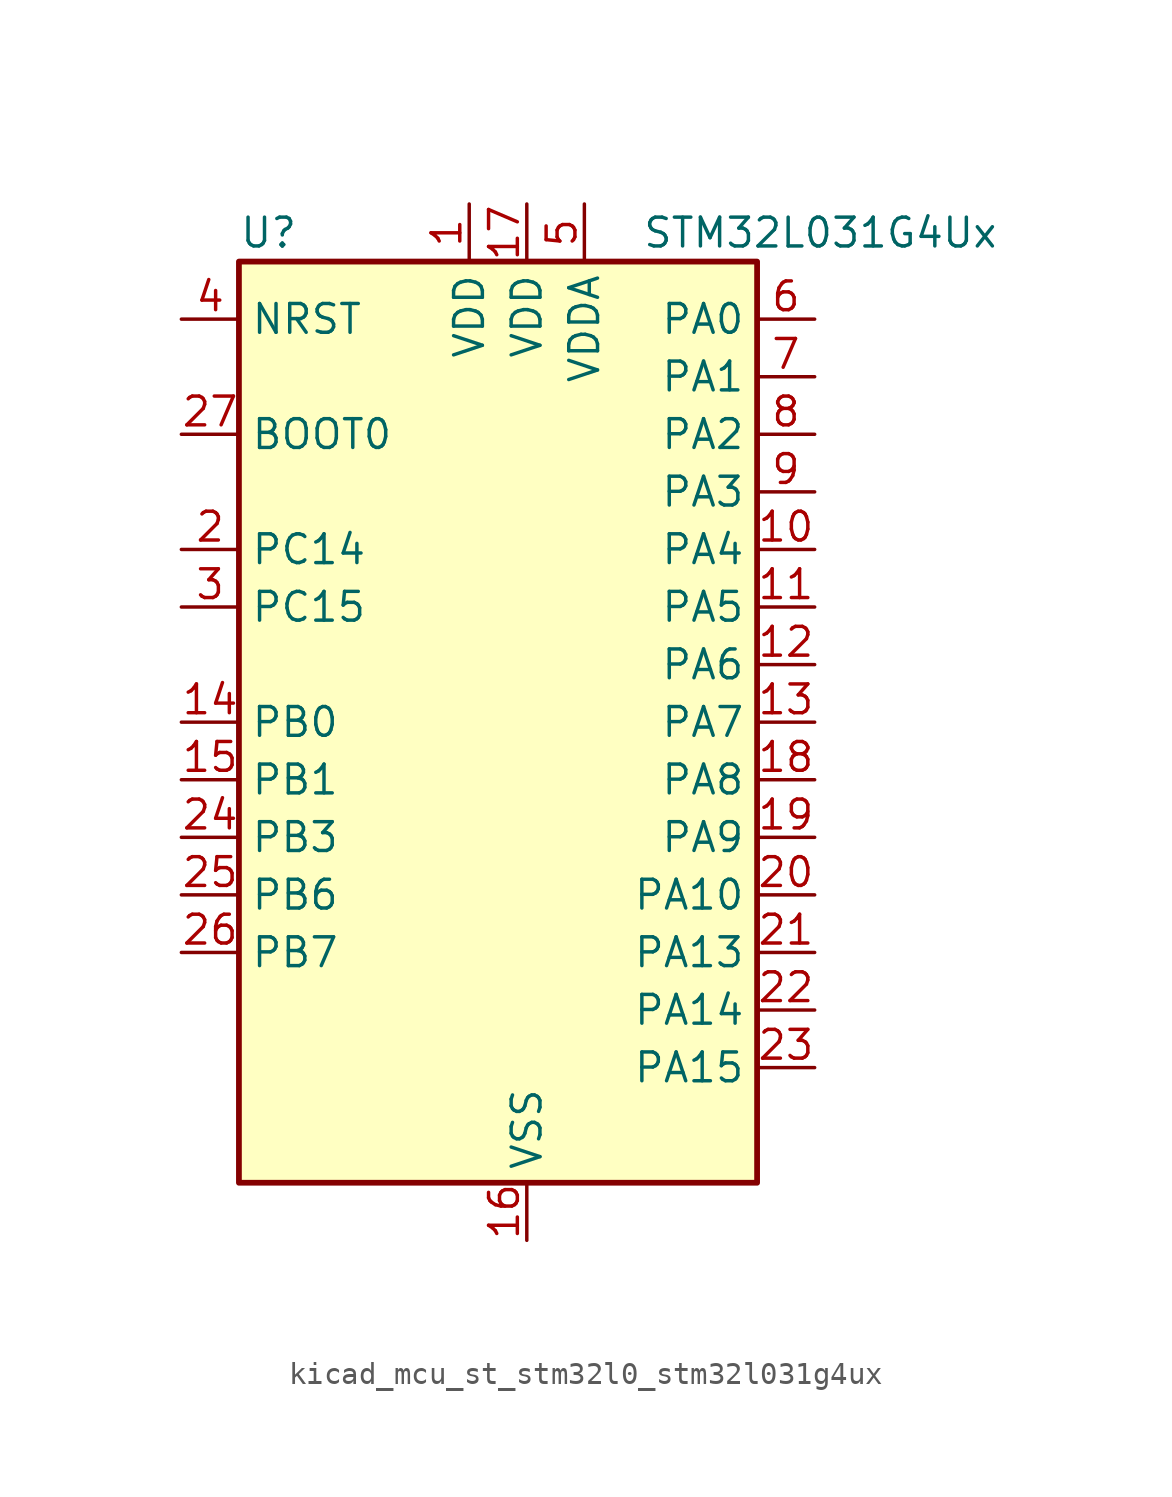
<source format=kicad_sym>
(kicad_symbol_lib
  (version 20220914)
  (generator kicad_symbol_editor)
  (symbol "kicad_mcu_st_stm32l0_stm32l031g4ux"
    (property "Reference" "U"
      (at -10.16 21.59 0)
      (effects (font (size 1.27 1.27)) (justify left)))
    (property "Value" "STM32L031G4Ux"
      (at 7.62 21.59 0)
      (effects (font (size 1.27 1.27)) (justify left)))
    (property "ki_locked" ""
      (at 0 0 0)
      (effects (font (size 1.27 1.27))))
    (symbol "kicad_mcu_st_stm32l0_stm32l031g4ux_0_1"
      (rectangle (start -10.16 -20.32) (end 12.7 20.32) (stroke (width 0.254) (type default)) (fill (type background))))
    (symbol "kicad_mcu_st_stm32l0_stm32l031g4ux_1_1"
      (pin power_in line (at 0 22.86 270) (length 2.54) (name "VDD" (effects (font (size 1.27 1.27)))) (number "1" (effects (font (size 1.27 1.27)))))
      (pin bidirectional line (at 15.24 7.62 180) (length 2.54) (name "PA4" (effects (font (size 1.27 1.27)))) (number "10" (effects (font (size 1.27 1.27)))) (alternate "ADC_IN4" bidirectional line) (alternate "COMP1_INM" bidirectional line) (alternate "COMP2_INM" bidirectional line) (alternate "LPTIM1_IN1" bidirectional line) (alternate "SPI1_NSS" bidirectional line) (alternate "TIM22_ETR" bidirectional line) (alternate "USART2_CK" bidirectional line))
      (pin bidirectional line (at 15.24 5.08 180) (length 2.54) (name "PA5" (effects (font (size 1.27 1.27)))) (number "11" (effects (font (size 1.27 1.27)))) (alternate "ADC_IN5" bidirectional line) (alternate "COMP1_INM" bidirectional line) (alternate "COMP2_INM" bidirectional line) (alternate "LPTIM1_IN2" bidirectional line) (alternate "SPI1_SCK" bidirectional line) (alternate "TIM2_CH1" bidirectional line) (alternate "TIM2_ETR" bidirectional line))
      (pin bidirectional line (at 15.24 2.54 180) (length 2.54) (name "PA6" (effects (font (size 1.27 1.27)))) (number "12" (effects (font (size 1.27 1.27)))) (alternate "ADC_IN6" bidirectional line) (alternate "COMP1_OUT" bidirectional line) (alternate "LPTIM1_ETR" bidirectional line) (alternate "LPUART1_CTS" bidirectional line) (alternate "SPI1_MISO" bidirectional line) (alternate "TIM22_CH1" bidirectional line))
      (pin bidirectional line (at 15.24 0 180) (length 2.54) (name "PA7" (effects (font (size 1.27 1.27)))) (number "13" (effects (font (size 1.27 1.27)))) (alternate "ADC_IN7" bidirectional line) (alternate "COMP2_OUT" bidirectional line) (alternate "LPTIM1_OUT" bidirectional line) (alternate "SPI1_MOSI" bidirectional line) (alternate "TIM22_CH2" bidirectional line) (alternate "USART2_CTS" bidirectional line))
      (pin bidirectional line (at -12.7 0 0) (length 2.54) (name "PB0" (effects (font (size 1.27 1.27)))) (number "14" (effects (font (size 1.27 1.27)))) (alternate "ADC_IN8" bidirectional line) (alternate "SPI1_MISO" bidirectional line) (alternate "SYS_VREF_OUT_PB0" bidirectional line) (alternate "TIM2_CH3" bidirectional line) (alternate "USART2_DE" bidirectional line) (alternate "USART2_RTS" bidirectional line))
      (pin bidirectional line (at -12.7 -2.54 0) (length 2.54) (name "PB1" (effects (font (size 1.27 1.27)))) (number "15" (effects (font (size 1.27 1.27)))) (alternate "ADC_IN9" bidirectional line) (alternate "LPUART1_DE" bidirectional line) (alternate "LPUART1_RTS" bidirectional line) (alternate "SPI1_MOSI" bidirectional line) (alternate "SYS_VREF_OUT_PB1" bidirectional line) (alternate "TIM2_CH4" bidirectional line) (alternate "USART2_CK" bidirectional line))
      (pin power_in line (at 2.54 -22.86 90) (length 2.54) (name "VSS" (effects (font (size 1.27 1.27)))) (number "16" (effects (font (size 1.27 1.27)))))
      (pin power_in line (at 2.54 22.86 270) (length 2.54) (name "VDD" (effects (font (size 1.27 1.27)))) (number "17" (effects (font (size 1.27 1.27)))))
      (pin bidirectional line (at 15.24 -2.54 180) (length 2.54) (name "PA8" (effects (font (size 1.27 1.27)))) (number "18" (effects (font (size 1.27 1.27)))) (alternate "LPTIM1_IN1" bidirectional line) (alternate "RCC_MCO" bidirectional line) (alternate "TIM2_CH1" bidirectional line) (alternate "USART2_CK" bidirectional line))
      (pin bidirectional line (at 15.24 -5.08 180) (length 2.54) (name "PA9" (effects (font (size 1.27 1.27)))) (number "19" (effects (font (size 1.27 1.27)))) (alternate "I2C1_SCL" bidirectional line) (alternate "RCC_MCO" bidirectional line) (alternate "TIM22_CH1" bidirectional line) (alternate "USART2_TX" bidirectional line))
      (pin bidirectional line (at -12.7 7.62 0) (length 2.54) (name "PC14" (effects (font (size 1.27 1.27)))) (number "2" (effects (font (size 1.27 1.27)))) (alternate "RCC_OSC32_IN" bidirectional line))
      (pin bidirectional line (at 15.24 -7.62 180) (length 2.54) (name "PA10" (effects (font (size 1.27 1.27)))) (number "20" (effects (font (size 1.27 1.27)))) (alternate "I2C1_SDA" bidirectional line) (alternate "TIM22_CH2" bidirectional line) (alternate "USART2_RX" bidirectional line))
      (pin bidirectional line (at 15.24 -10.16 180) (length 2.54) (name "PA13" (effects (font (size 1.27 1.27)))) (number "21" (effects (font (size 1.27 1.27)))) (alternate "LPTIM1_ETR" bidirectional line) (alternate "LPUART1_RX" bidirectional line) (alternate "SYS_SWDIO" bidirectional line))
      (pin bidirectional line (at 15.24 -12.7 180) (length 2.54) (name "PA14" (effects (font (size 1.27 1.27)))) (number "22" (effects (font (size 1.27 1.27)))) (alternate "I2C1_SMBA" bidirectional line) (alternate "LPTIM1_OUT" bidirectional line) (alternate "LPUART1_TX" bidirectional line) (alternate "SYS_SWCLK" bidirectional line) (alternate "USART2_TX" bidirectional line))
      (pin bidirectional line (at 15.24 -15.24 180) (length 2.54) (name "PA15" (effects (font (size 1.27 1.27)))) (number "23" (effects (font (size 1.27 1.27)))) (alternate "SPI1_NSS" bidirectional line) (alternate "TIM2_CH1" bidirectional line) (alternate "TIM2_ETR" bidirectional line) (alternate "USART2_RX" bidirectional line))
      (pin bidirectional line (at -12.7 -5.08 0) (length 2.54) (name "PB3" (effects (font (size 1.27 1.27)))) (number "24" (effects (font (size 1.27 1.27)))) (alternate "COMP2_INM" bidirectional line) (alternate "SPI1_SCK" bidirectional line) (alternate "TIM2_CH2" bidirectional line))
      (pin bidirectional line (at -12.7 -7.62 0) (length 2.54) (name "PB6" (effects (font (size 1.27 1.27)))) (number "25" (effects (font (size 1.27 1.27)))) (alternate "COMP2_INP" bidirectional line) (alternate "I2C1_SCL" bidirectional line) (alternate "LPTIM1_ETR" bidirectional line) (alternate "TIM21_CH1" bidirectional line) (alternate "USART2_TX" bidirectional line))
      (pin bidirectional line (at -12.7 -10.16 0) (length 2.54) (name "PB7" (effects (font (size 1.27 1.27)))) (number "26" (effects (font (size 1.27 1.27)))) (alternate "COMP2_INP" bidirectional line) (alternate "I2C1_SDA" bidirectional line) (alternate "LPTIM1_IN2" bidirectional line) (alternate "SYS_PVD_IN" bidirectional line) (alternate "USART2_RX" bidirectional line))
      (pin input line (at -12.7 12.7 0) (length 2.54) (name "BOOT0" (effects (font (size 1.27 1.27)))) (number "27" (effects (font (size 1.27 1.27)))))
      (pin passive line (at 2.54 -22.86 90) (length 2.54) hide (name "VSS" (effects (font (size 1.27 1.27)))) (number "28" (effects (font (size 1.27 1.27)))))
      (pin bidirectional line (at -12.7 5.08 0) (length 2.54) (name "PC15" (effects (font (size 1.27 1.27)))) (number "3" (effects (font (size 1.27 1.27)))) (alternate "RCC_OSC32_OUT" bidirectional line))
      (pin input line (at -12.7 17.78 0) (length 2.54) (name "NRST" (effects (font (size 1.27 1.27)))) (number "4" (effects (font (size 1.27 1.27)))))
      (pin power_in line (at 5.08 22.86 270) (length 2.54) (name "VDDA" (effects (font (size 1.27 1.27)))) (number "5" (effects (font (size 1.27 1.27)))))
      (pin bidirectional line (at 15.24 17.78 180) (length 2.54) (name "PA0" (effects (font (size 1.27 1.27)))) (number "6" (effects (font (size 1.27 1.27)))) (alternate "ADC_IN0" bidirectional line) (alternate "COMP1_INM" bidirectional line) (alternate "COMP1_OUT" bidirectional line) (alternate "LPTIM1_IN1" bidirectional line) (alternate "RCC_CK_IN" bidirectional line) (alternate "RTC_TAMP2" bidirectional line) (alternate "SYS_WKUP1" bidirectional line) (alternate "TIM2_CH1" bidirectional line) (alternate "TIM2_ETR" bidirectional line) (alternate "USART2_CTS" bidirectional line))
      (pin bidirectional line (at 15.24 15.24 180) (length 2.54) (name "PA1" (effects (font (size 1.27 1.27)))) (number "7" (effects (font (size 1.27 1.27)))) (alternate "ADC_IN1" bidirectional line) (alternate "COMP1_INP" bidirectional line) (alternate "I2C1_SMBA" bidirectional line) (alternate "LPTIM1_IN2" bidirectional line) (alternate "TIM21_ETR" bidirectional line) (alternate "TIM2_CH2" bidirectional line) (alternate "USART2_DE" bidirectional line) (alternate "USART2_RTS" bidirectional line))
      (pin bidirectional line (at 15.24 12.7 180) (length 2.54) (name "PA2" (effects (font (size 1.27 1.27)))) (number "8" (effects (font (size 1.27 1.27)))) (alternate "ADC_IN2" bidirectional line) (alternate "COMP2_INM" bidirectional line) (alternate "COMP2_OUT" bidirectional line) (alternate "LPUART1_TX" bidirectional line) (alternate "RTC_OUT_ALARM" bidirectional line) (alternate "RTC_OUT_CALIB" bidirectional line) (alternate "RTC_TAMP3" bidirectional line) (alternate "RTC_TS" bidirectional line) (alternate "SYS_WKUP3" bidirectional line) (alternate "TIM21_CH1" bidirectional line) (alternate "TIM2_CH3" bidirectional line) (alternate "USART2_TX" bidirectional line))
      (pin bidirectional line (at 15.24 10.16 180) (length 2.54) (name "PA3" (effects (font (size 1.27 1.27)))) (number "9" (effects (font (size 1.27 1.27)))) (alternate "ADC_IN3" bidirectional line) (alternate "COMP2_INP" bidirectional line) (alternate "LPUART1_RX" bidirectional line) (alternate "TIM21_CH2" bidirectional line) (alternate "TIM2_CH4" bidirectional line) (alternate "USART2_RX" bidirectional line)))))
</source>
